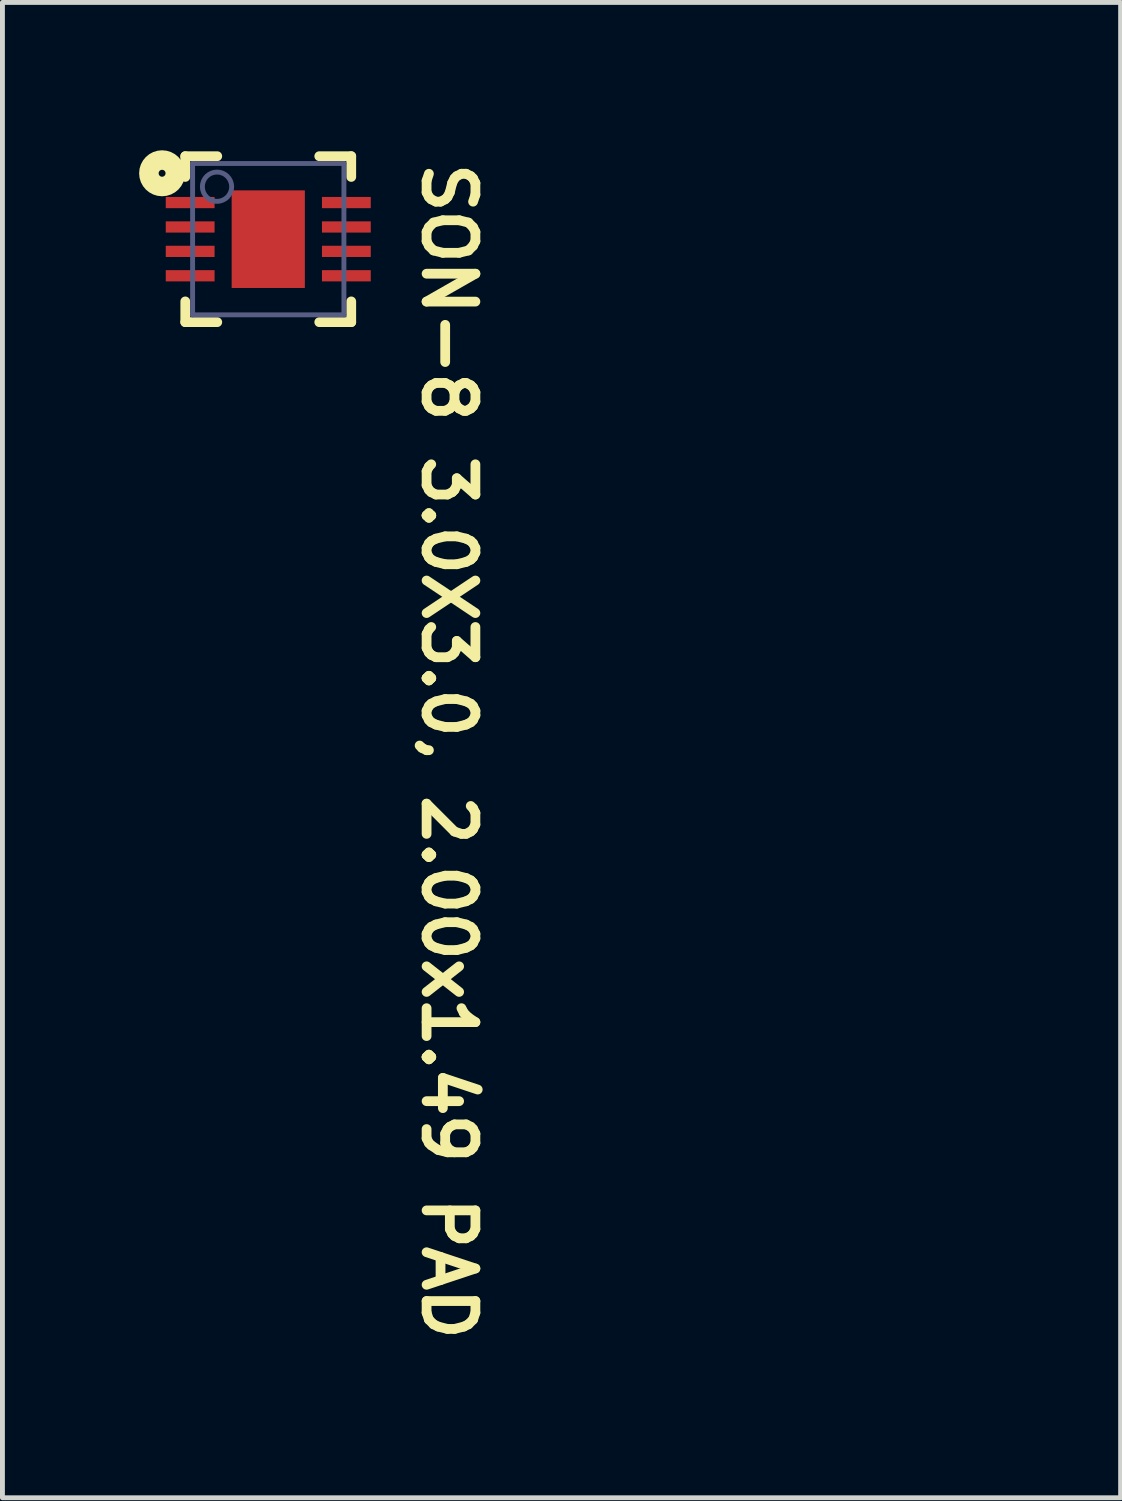
<source format=kicad_pcb>
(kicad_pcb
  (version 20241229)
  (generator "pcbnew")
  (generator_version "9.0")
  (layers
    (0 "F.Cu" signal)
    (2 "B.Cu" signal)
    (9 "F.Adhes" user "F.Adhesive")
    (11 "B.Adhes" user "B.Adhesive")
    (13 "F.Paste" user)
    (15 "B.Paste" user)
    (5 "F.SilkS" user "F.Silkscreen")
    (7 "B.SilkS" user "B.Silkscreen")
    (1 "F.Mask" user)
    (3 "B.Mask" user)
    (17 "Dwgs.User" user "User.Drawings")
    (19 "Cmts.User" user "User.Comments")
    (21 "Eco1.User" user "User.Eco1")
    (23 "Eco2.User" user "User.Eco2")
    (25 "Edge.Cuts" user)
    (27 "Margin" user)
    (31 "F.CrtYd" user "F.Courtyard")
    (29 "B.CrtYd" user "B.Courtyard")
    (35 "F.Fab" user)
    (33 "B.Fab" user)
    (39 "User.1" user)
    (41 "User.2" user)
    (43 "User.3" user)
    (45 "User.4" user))
  (footprint "SON-8 3.0X3.0, 2.00x1.49 PAD"
    (layer "F.Cu")
    (at 2.446 1.85)
    (property "Reference" "SON-8 3.0X3.0, 2.00x1.49 PAD" (at 3.111 -1.662 270) (unlocked yes) (layer "F.SilkS") (effects (font (size 1 1) (thickness 0.2)) (justify left bottom)))
    (fp_line (start -1.7 -1.7) (end -1.7 -1.275) (stroke (width 0.2) (type solid)) (layer "F.SilkS"))
    (fp_line (start -1.7 -1.7) (end -1.045 -1.7) (stroke (width 0.2) (type solid)) (layer "F.SilkS"))
    (fp_line (start -1.7 1.275) (end -1.7 1.7) (stroke (width 0.2) (type solid)) (layer "F.SilkS"))
    (fp_line (start -1.7 1.7) (end -1.045 1.7) (stroke (width 0.2) (type solid)) (layer "F.SilkS"))
    (fp_line (start 1.045 -1.7) (end 1.7 -1.7) (stroke (width 0.2) (type solid)) (layer "F.SilkS"))
    (fp_line (start 1.045 1.7) (end 1.7 1.7) (stroke (width 0.2) (type solid)) (layer "F.SilkS"))
    (fp_line (start 1.7 -1.7) (end 1.7 -1.275) (stroke (width 0.2) (type solid)) (layer "F.SilkS"))
    (fp_line (start 1.7 1.275) (end 1.7 1.7) (stroke (width 0.2) (type solid)) (layer "F.SilkS"))
    (fp_circle (center -2.175 -1.35) (end -2.104 -1.35) (stroke (width 0.4) (type solid)) (fill no) (layer "F.SilkS"))
    (fp_line (start -2.325 -1.8) (end -2.325 1.775) (stroke (width 0.1) (type solid)) (layer "Eco1.User"))
    (fp_line (start -2.325 -1.8) (end 2.35 -1.8) (stroke (width 0.1) (type solid)) (layer "Eco1.User"))
    (fp_line (start -2.325 1.775) (end 2.35 1.775) (stroke (width 0.1) (type solid)) (layer "Eco1.User"))
    (fp_line (start -0.5 0) (end 0.5 0) (stroke (width 0.1) (type solid)) (layer "Eco1.User"))
    (fp_line (start 0 -0.5) (end 0 0.5) (stroke (width 0.1) (type solid)) (layer "Eco1.User"))
    (fp_line (start 2.35 -1.8) (end 2.35 1.775) (stroke (width 0.1) (type solid)) (layer "Eco1.User"))
    (fp_line (start -1.55 -1.55) (end -1.55 1.55) (stroke (width 0.1) (type solid)) (layer "B.Fab"))
    (fp_line (start -1.55 -1.55) (end 1.55 -1.55) (stroke (width 0.1) (type solid)) (layer "B.Fab"))
    (fp_line (start -1.55 1.55) (end 1.55 1.55) (stroke (width 0.1) (type solid)) (layer "B.Fab"))
    (fp_line (start 1.55 -1.55) (end 1.55 1.55) (stroke (width 0.1) (type solid)) (layer "B.Fab"))
    (fp_circle (center -1.05 -1.075) (end -0.75 -1.075) (stroke (width 0.1) (type solid)) (fill no) (layer "B.Fab"))
    (fp_text user "${REFERENCE}" (at -1.525 1.4 0) (unlocked yes) (layer "User.2") (effects (font (size 0.65 0.65) (thickness 0.254)) (justify left bottom)))
    (pad "1" smd rect (at -1.6 -0.75 90) (size 0.23 1) (layers "F.Cu" "F.Mask" "F.Paste"))
    (pad "2" smd rect (at -1.6 -0.25 90) (size 0.23 1) (layers "F.Cu" "F.Mask" "F.Paste"))
    (pad "3" smd rect (at -1.6 0.25 90) (size 0.23 1) (layers "F.Cu" "F.Mask" "F.Paste"))
    (pad "4" smd rect (at -1.6 0.75 90) (size 0.23 1) (layers "F.Cu" "F.Mask" "F.Paste"))
    (pad "5" smd rect (at 1.6 0.75 90) (size 0.23 1) (layers "F.Cu" "F.Mask" "F.Paste"))
    (pad "6" smd rect (at 1.6 0.25 90) (size 0.23 1) (layers "F.Cu" "F.Mask" "F.Paste"))
    (pad "7" smd rect (at 1.6 -0.25 90) (size 0.23 1) (layers "F.Cu" "F.Mask" "F.Paste"))
    (pad "8" smd rect (at 1.6 -0.75 90) (size 0.23 1) (layers "F.Cu" "F.Mask" "F.Paste"))
    (pad "9" smd rect (at 0 0 90) (size 2 1.5) (layers "F.Cu" "F.Mask" "F.Paste")))
  (gr_rect
    (start -3 -3)
    (end 19.909 27.636)
    (stroke (width 0.1) (type default))
    (fill no)
    (layer "Edge.Cuts")))
</source>
